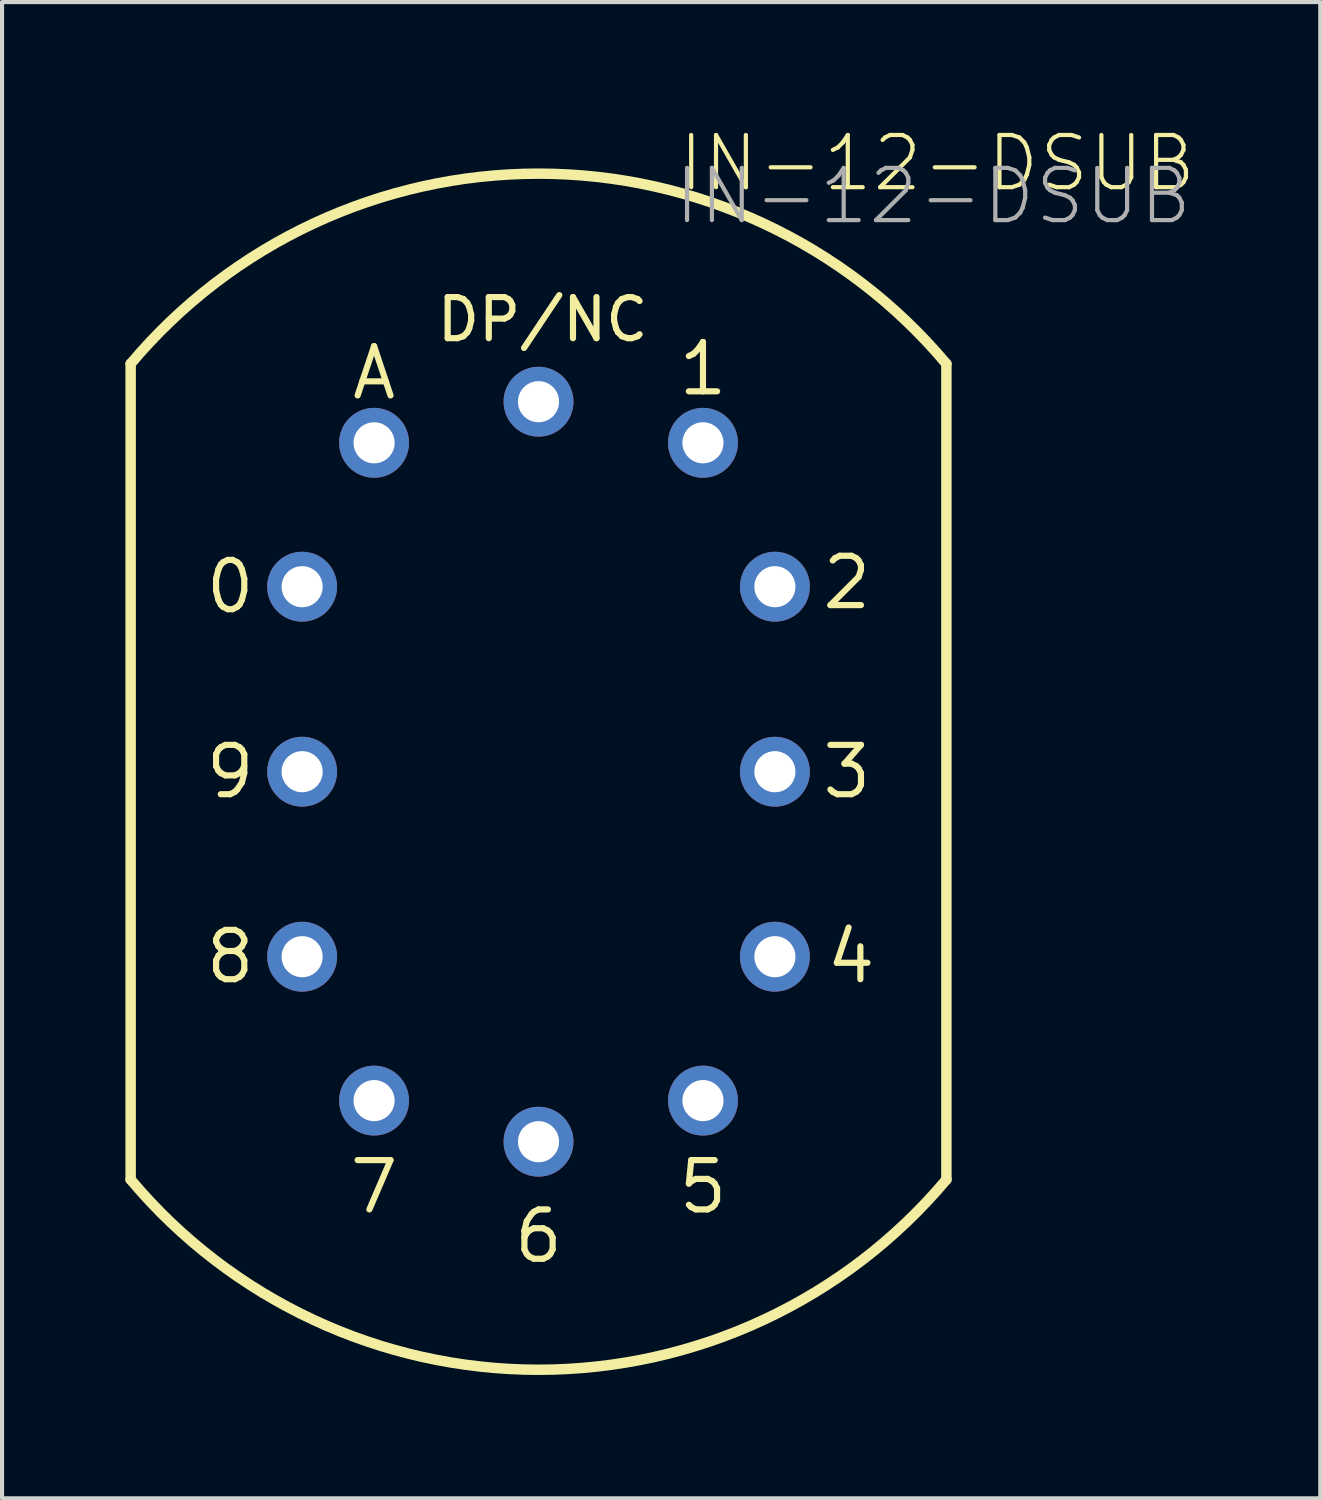
<source format=kicad_pcb>
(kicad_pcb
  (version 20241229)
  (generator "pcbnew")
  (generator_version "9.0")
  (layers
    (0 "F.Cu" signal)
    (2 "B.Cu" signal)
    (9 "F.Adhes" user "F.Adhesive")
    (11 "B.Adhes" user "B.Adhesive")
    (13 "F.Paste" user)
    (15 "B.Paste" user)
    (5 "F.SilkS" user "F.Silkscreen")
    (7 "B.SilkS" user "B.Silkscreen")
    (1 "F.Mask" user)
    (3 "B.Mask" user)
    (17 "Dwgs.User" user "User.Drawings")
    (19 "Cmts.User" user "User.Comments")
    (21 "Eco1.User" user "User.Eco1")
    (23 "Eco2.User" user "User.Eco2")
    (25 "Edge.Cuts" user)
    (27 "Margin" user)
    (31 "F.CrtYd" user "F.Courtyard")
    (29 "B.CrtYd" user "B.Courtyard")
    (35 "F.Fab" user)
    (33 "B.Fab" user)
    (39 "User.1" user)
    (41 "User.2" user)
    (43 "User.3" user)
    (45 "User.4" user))
  (footprint "IN-12-DSUB"
    (layer "F.Cu")
    (at 10.049 15.721)
    (property "Reference" "IN-12-DSUB" (at 9.7 -14.8 0) (layer "F.SilkS") (effects (font (size 1.27 1.27) (thickness 0.102))))
    (attr exclude_from_pos_files exclude_from_bom)
    (fp_line (start -9.921 9.921) (end -9.921 -9.921) (stroke (width 0.254) (type solid)) (layer "F.SilkS"))
    (fp_line (start 9.921 -9.921) (end 9.921 9.921) (stroke (width 0.254) (type solid)) (layer "F.SilkS"))
    (fp_arc (start -9.92124 -9.92124) (mid 0.000928 -14.547158) (end 9.922433 -9.919819) (stroke (width 0.254) (type solid)) (layer "F.SilkS"))
    (fp_arc (start 9.92124 9.92124) (mid -0.000928 14.547158) (end -9.922433 9.919819) (stroke (width 0.254) (type solid)) (layer "F.SilkS"))
    (fp_text user "1" (at 4 -9.8 0) (layer "F.SilkS") (effects (font (size 1.2 1.2) (thickness 0.15))))
    (fp_text user "7" (at -4 10.1 0) (layer "F.SilkS") (effects (font (size 1.2 1.2) (thickness 0.15))))
    (fp_text user "3" (at 7.5 0 0) (layer "F.SilkS") (effects (font (size 1.2 1.2) (thickness 0.15))))
    (fp_text user "A" (at -4 -9.7 0) (layer "F.SilkS") (effects (font (size 1.2 1.2) (thickness 0.15))))
    (fp_text user "0" (at -7.5 -4.5 0) (layer "F.SilkS") (effects (font (size 1.2 1.2) (thickness 0.15))))
    (fp_text user "4" (at 7.6 4.5 0) (layer "F.SilkS") (effects (font (size 1.2 1.2) (thickness 0.15))))
    (fp_text user "8" (at -7.5 4.5 0) (layer "F.SilkS") (effects (font (size 1.2 1.2) (thickness 0.15))))
    (fp_text user "DP/NC" (at 0.1 -11 0) (layer "F.SilkS") (effects (font (size 1 1) (thickness 0.15))))
    (fp_text user "9" (at -7.5 0 0) (layer "F.SilkS") (effects (font (size 1.2 1.2) (thickness 0.15))))
    (fp_text user "2" (at 7.5 -4.6 0) (layer "F.SilkS") (effects (font (size 1.2 1.2) (thickness 0.15))))
    (fp_text user "6" (at 0 11.3 0) (layer "F.SilkS") (effects (font (size 1.2 1.2) (thickness 0.15))))
    (fp_text user "5" (at 4 10.1 0) (layer "F.SilkS") (effects (font (size 1.2 1.2) (thickness 0.15))))
    (fp_text user "${REFERENCE}" (at 9.6 -14 0) (layer "F.Fab") (effects (font (size 1.27 1.27) (thickness 0.102))))
    (pad "1" thru_hole circle (at -4 -8) (size 1.7 1.7) (drill 1) (layers "*.Cu" "*.Mask"))
    (pad "2" thru_hole circle (at -5.75 -4.5) (size 1.7 1.7) (drill 1) (layers "*.Cu" "*.Mask"))
    (pad "3" thru_hole circle (at -5.75 0) (size 1.7 1.7) (drill 1) (layers "*.Cu" "*.Mask"))
    (pad "4" thru_hole circle (at -5.75 4.5) (size 1.7 1.7) (drill 1) (layers "*.Cu" "*.Mask"))
    (pad "5" thru_hole circle (at -4 8) (size 1.7 1.7) (drill 1) (layers "*.Cu" "*.Mask"))
    (pad "6" thru_hole circle (at 0 9) (size 1.7 1.7) (drill 1) (layers "*.Cu" "*.Mask"))
    (pad "7" thru_hole circle (at 4 8) (size 1.7 1.7) (drill 1) (layers "*.Cu" "*.Mask"))
    (pad "8" thru_hole circle (at 5.75 4.5) (size 1.7 1.7) (drill 1) (layers "*.Cu" "*.Mask"))
    (pad "9" thru_hole circle (at 5.75 0) (size 1.7 1.7) (drill 1) (layers "*.Cu" "*.Mask"))
    (pad "10" thru_hole circle (at 5.75 -4.5) (size 1.7 1.7) (drill 1) (layers "*.Cu" "*.Mask"))
    (pad "11" thru_hole circle (at 4 -8) (size 1.7 1.7) (drill 1) (layers "*.Cu" "*.Mask"))
    (pad "12" thru_hole circle (at 0 -9) (size 1.7 1.7) (drill 1) (layers "*.Cu" "*.Mask")))
  (gr_rect
    (start -3 -3)
    (end 29.064 33.395)
    (stroke (width 0.1) (type default))
    (fill no)
    (layer "Edge.Cuts")))
</source>
